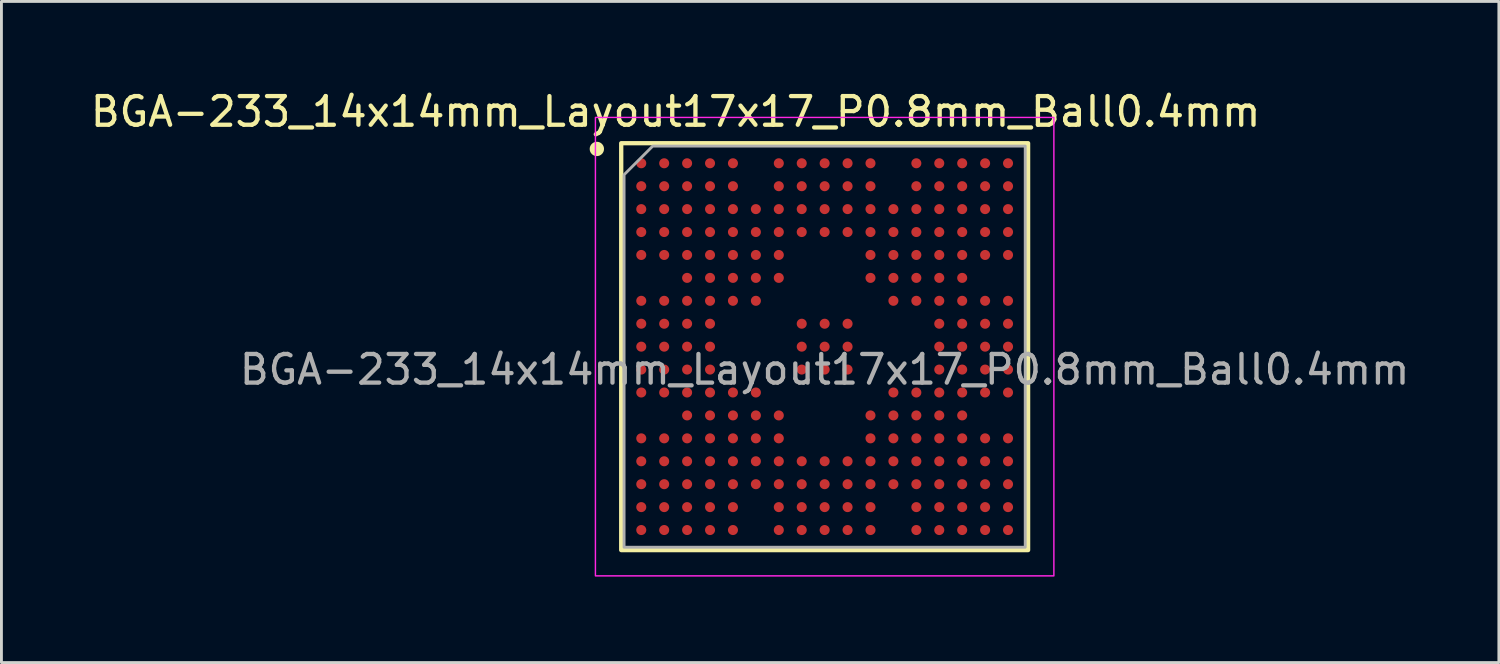
<source format=kicad_pcb>
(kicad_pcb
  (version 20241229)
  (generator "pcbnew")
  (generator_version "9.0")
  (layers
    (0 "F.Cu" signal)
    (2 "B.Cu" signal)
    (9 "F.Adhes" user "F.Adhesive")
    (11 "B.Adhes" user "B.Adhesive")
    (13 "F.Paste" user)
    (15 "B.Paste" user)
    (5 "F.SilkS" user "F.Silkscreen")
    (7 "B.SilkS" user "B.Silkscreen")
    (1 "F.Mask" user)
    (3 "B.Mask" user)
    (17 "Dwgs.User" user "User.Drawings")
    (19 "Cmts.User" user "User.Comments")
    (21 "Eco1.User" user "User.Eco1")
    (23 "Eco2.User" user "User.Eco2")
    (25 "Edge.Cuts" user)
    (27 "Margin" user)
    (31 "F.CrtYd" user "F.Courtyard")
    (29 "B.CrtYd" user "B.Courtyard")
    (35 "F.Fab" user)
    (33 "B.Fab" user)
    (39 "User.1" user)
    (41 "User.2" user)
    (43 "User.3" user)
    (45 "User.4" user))
  (footprint "BGA-233_14x14mm_Layout17x17_P0.8mm_Ball0.4mm"
    (layer "F.Cu")
    (at 25.73 9.048)
    (property "Reference" "BGA-233_14x14mm_Layout17x17_P0.8mm_Ball0.4mm" (at -5.2 -8.2 0) (unlocked yes) (layer "F.SilkS") (effects (font (size 1 1) (thickness 0.15))))
    (attr smd)
    (fp_rect (start 7.1 -7.1) (end -7.1 7.1) (stroke (width 0.15) (type default)) (fill no) (layer "F.SilkS"))
    (fp_circle (center -7.95 -6.9) (end -7.7 -6.9) (stroke (width 0) (type solid)) (fill yes) (layer "F.SilkS"))
    (fp_rect (start -8 -8) (end 8 8) (stroke (width 0.05) (type default)) (fill no) (layer "F.CrtYd"))
    (fp_poly (pts (xy -7 -6) (xy -6 -7) (xy 7 -7) (xy 7 7) (xy -7 7)) (stroke (width 0.1) (type solid)) (fill no) (layer "F.Fab"))
    (fp_text user "${REFERENCE}" (at 0 0.8 0) (unlocked yes) (layer "F.Fab") (effects (font (size 1 1) (thickness 0.15))))
    (pad "A1" smd circle (at -6.4 -6.4) (size 0.35 0.35) (property pad_prop_bga) (layers "F.Cu" "F.Mask" "F.Paste"))
    (pad "A2" smd circle (at -5.6 -6.4) (size 0.35 0.35) (property pad_prop_bga) (layers "F.Cu" "F.Mask" "F.Paste"))
    (pad "A3" smd circle (at -4.8 -6.4) (size 0.35 0.35) (property pad_prop_bga) (layers "F.Cu" "F.Mask" "F.Paste"))
    (pad "A4" smd circle (at -4 -6.4) (size 0.35 0.35) (property pad_prop_bga) (layers "F.Cu" "F.Mask" "F.Paste"))
    (pad "A5" smd circle (at -3.2 -6.4) (size 0.35 0.35) (property pad_prop_bga) (layers "F.Cu" "F.Mask" "F.Paste"))
    (pad "A7" smd circle (at -1.6 -6.4) (size 0.35 0.35) (property pad_prop_bga) (layers "F.Cu" "F.Mask" "F.Paste"))
    (pad "A8" smd circle (at -0.8 -6.4) (size 0.35 0.35) (property pad_prop_bga) (layers "F.Cu" "F.Mask" "F.Paste"))
    (pad "A9" smd circle (at 0 -6.4) (size 0.35 0.35) (property pad_prop_bga) (layers "F.Cu" "F.Mask" "F.Paste"))
    (pad "A10" smd circle (at 0.8 -6.4) (size 0.35 0.35) (property pad_prop_bga) (layers "F.Cu" "F.Mask" "F.Paste"))
    (pad "A11" smd circle (at 1.6 -6.4) (size 0.35 0.35) (property pad_prop_bga) (layers "F.Cu" "F.Mask" "F.Paste"))
    (pad "A13" smd circle (at 3.2 -6.4) (size 0.35 0.35) (property pad_prop_bga) (layers "F.Cu" "F.Mask" "F.Paste"))
    (pad "A14" smd circle (at 4 -6.4) (size 0.35 0.35) (property pad_prop_bga) (layers "F.Cu" "F.Mask" "F.Paste"))
    (pad "A15" smd circle (at 4.8 -6.4) (size 0.35 0.35) (property pad_prop_bga) (layers "F.Cu" "F.Mask" "F.Paste"))
    (pad "A16" smd circle (at 5.6 -6.4) (size 0.35 0.35) (property pad_prop_bga) (layers "F.Cu" "F.Mask" "F.Paste"))
    (pad "A17" smd circle (at 6.4 -6.4) (size 0.35 0.35) (property pad_prop_bga) (layers "F.Cu" "F.Mask" "F.Paste"))
    (pad "B1" smd circle (at -6.4 -5.6) (size 0.35 0.35) (property pad_prop_bga) (layers "F.Cu" "F.Mask" "F.Paste"))
    (pad "B2" smd circle (at -5.6 -5.6) (size 0.35 0.35) (property pad_prop_bga) (layers "F.Cu" "F.Mask" "F.Paste"))
    (pad "B3" smd circle (at -4.8 -5.6) (size 0.35 0.35) (property pad_prop_bga) (layers "F.Cu" "F.Mask" "F.Paste"))
    (pad "B4" smd circle (at -4 -5.6) (size 0.35 0.35) (property pad_prop_bga) (layers "F.Cu" "F.Mask" "F.Paste"))
    (pad "B5" smd circle (at -3.2 -5.6) (size 0.35 0.35) (property pad_prop_bga) (layers "F.Cu" "F.Mask" "F.Paste"))
    (pad "B7" smd circle (at -1.6 -5.6) (size 0.35 0.35) (property pad_prop_bga) (layers "F.Cu" "F.Mask" "F.Paste"))
    (pad "B8" smd circle (at -0.8 -5.6) (size 0.35 0.35) (property pad_prop_bga) (layers "F.Cu" "F.Mask" "F.Paste"))
    (pad "B9" smd circle (at 0 -5.6) (size 0.35 0.35) (property pad_prop_bga) (layers "F.Cu" "F.Mask" "F.Paste"))
    (pad "B10" smd circle (at 0.8 -5.6) (size 0.35 0.35) (property pad_prop_bga) (layers "F.Cu" "F.Mask" "F.Paste"))
    (pad "B11" smd circle (at 1.6 -5.6) (size 0.35 0.35) (property pad_prop_bga) (layers "F.Cu" "F.Mask" "F.Paste"))
    (pad "B13" smd circle (at 3.2 -5.6) (size 0.35 0.35) (property pad_prop_bga) (layers "F.Cu" "F.Mask" "F.Paste"))
    (pad "B14" smd circle (at 4 -5.6) (size 0.35 0.35) (property pad_prop_bga) (layers "F.Cu" "F.Mask" "F.Paste"))
    (pad "B15" smd circle (at 4.8 -5.6) (size 0.35 0.35) (property pad_prop_bga) (layers "F.Cu" "F.Mask" "F.Paste"))
    (pad "B16" smd circle (at 5.6 -5.6) (size 0.35 0.35) (property pad_prop_bga) (layers "F.Cu" "F.Mask" "F.Paste"))
    (pad "B17" smd circle (at 6.4 -5.6) (size 0.35 0.35) (property pad_prop_bga) (layers "F.Cu" "F.Mask" "F.Paste"))
    (pad "C1" smd circle (at -6.4 -4.8) (size 0.35 0.35) (property pad_prop_bga) (layers "F.Cu" "F.Mask" "F.Paste"))
    (pad "C2" smd circle (at -5.6 -4.8) (size 0.35 0.35) (property pad_prop_bga) (layers "F.Cu" "F.Mask" "F.Paste"))
    (pad "C3" smd circle (at -4.8 -4.8) (size 0.35 0.35) (property pad_prop_bga) (layers "F.Cu" "F.Mask" "F.Paste"))
    (pad "C4" smd circle (at -4 -4.8) (size 0.35 0.35) (property pad_prop_bga) (layers "F.Cu" "F.Mask" "F.Paste"))
    (pad "C5" smd circle (at -3.2 -4.8) (size 0.35 0.35) (property pad_prop_bga) (layers "F.Cu" "F.Mask" "F.Paste"))
    (pad "C6" smd circle (at -2.4 -4.8) (size 0.35 0.35) (property pad_prop_bga) (layers "F.Cu" "F.Mask" "F.Paste"))
    (pad "C7" smd circle (at -1.6 -4.8) (size 0.35 0.35) (property pad_prop_bga) (layers "F.Cu" "F.Mask" "F.Paste"))
    (pad "C8" smd circle (at -0.8 -4.8) (size 0.35 0.35) (property pad_prop_bga) (layers "F.Cu" "F.Mask" "F.Paste"))
    (pad "C9" smd circle (at 0 -4.8) (size 0.35 0.35) (property pad_prop_bga) (layers "F.Cu" "F.Mask" "F.Paste"))
    (pad "C10" smd circle (at 0.8 -4.8) (size 0.35 0.35) (property pad_prop_bga) (layers "F.Cu" "F.Mask" "F.Paste"))
    (pad "C11" smd circle (at 1.6 -4.8) (size 0.35 0.35) (property pad_prop_bga) (layers "F.Cu" "F.Mask" "F.Paste"))
    (pad "C12" smd circle (at 2.4 -4.8) (size 0.35 0.35) (property pad_prop_bga) (layers "F.Cu" "F.Mask" "F.Paste"))
    (pad "C13" smd circle (at 3.2 -4.8) (size 0.35 0.35) (property pad_prop_bga) (layers "F.Cu" "F.Mask" "F.Paste"))
    (pad "C14" smd circle (at 4 -4.8) (size 0.35 0.35) (property pad_prop_bga) (layers "F.Cu" "F.Mask" "F.Paste"))
    (pad "C15" smd circle (at 4.8 -4.8) (size 0.35 0.35) (property pad_prop_bga) (layers "F.Cu" "F.Mask" "F.Paste"))
    (pad "C16" smd circle (at 5.6 -4.8) (size 0.35 0.35) (property pad_prop_bga) (layers "F.Cu" "F.Mask" "F.Paste"))
    (pad "C17" smd circle (at 6.4 -4.8) (size 0.35 0.35) (property pad_prop_bga) (layers "F.Cu" "F.Mask" "F.Paste"))
    (pad "D1" smd circle (at -6.4 -4) (size 0.35 0.35) (property pad_prop_bga) (layers "F.Cu" "F.Mask" "F.Paste"))
    (pad "D2" smd circle (at -5.6 -4) (size 0.35 0.35) (property pad_prop_bga) (layers "F.Cu" "F.Mask" "F.Paste"))
    (pad "D3" smd circle (at -4.8 -4) (size 0.35 0.35) (property pad_prop_bga) (layers "F.Cu" "F.Mask" "F.Paste"))
    (pad "D4" smd circle (at -4 -4) (size 0.35 0.35) (property pad_prop_bga) (layers "F.Cu" "F.Mask" "F.Paste"))
    (pad "D5" smd circle (at -3.2 -4) (size 0.35 0.35) (property pad_prop_bga) (layers "F.Cu" "F.Mask" "F.Paste"))
    (pad "D6" smd circle (at -2.4 -4) (size 0.35 0.35) (property pad_prop_bga) (layers "F.Cu" "F.Mask" "F.Paste"))
    (pad "D7" smd circle (at -1.6 -4) (size 0.35 0.35) (property pad_prop_bga) (layers "F.Cu" "F.Mask" "F.Paste"))
    (pad "D8" smd circle (at -0.8 -4) (size 0.35 0.35) (property pad_prop_bga) (layers "F.Cu" "F.Mask" "F.Paste"))
    (pad "D9" smd circle (at 0 -4) (size 0.35 0.35) (property pad_prop_bga) (layers "F.Cu" "F.Mask" "F.Paste"))
    (pad "D10" smd circle (at 0.8 -4) (size 0.35 0.35) (property pad_prop_bga) (layers "F.Cu" "F.Mask" "F.Paste"))
    (pad "D11" smd circle (at 1.6 -4) (size 0.35 0.35) (property pad_prop_bga) (layers "F.Cu" "F.Mask" "F.Paste"))
    (pad "D12" smd circle (at 2.4 -4) (size 0.35 0.35) (property pad_prop_bga) (layers "F.Cu" "F.Mask" "F.Paste"))
    (pad "D13" smd circle (at 3.2 -4) (size 0.35 0.35) (property pad_prop_bga) (layers "F.Cu" "F.Mask" "F.Paste"))
    (pad "D14" smd circle (at 4 -4) (size 0.35 0.35) (property pad_prop_bga) (layers "F.Cu" "F.Mask" "F.Paste"))
    (pad "D15" smd circle (at 4.8 -4) (size 0.35 0.35) (property pad_prop_bga) (layers "F.Cu" "F.Mask" "F.Paste"))
    (pad "D16" smd circle (at 5.6 -4) (size 0.35 0.35) (property pad_prop_bga) (layers "F.Cu" "F.Mask" "F.Paste"))
    (pad "D17" smd circle (at 6.4 -4) (size 0.35 0.35) (property pad_prop_bga) (layers "F.Cu" "F.Mask" "F.Paste"))
    (pad "E1" smd circle (at -6.4 -3.2) (size 0.35 0.35) (property pad_prop_bga) (layers "F.Cu" "F.Mask" "F.Paste"))
    (pad "E2" smd circle (at -5.6 -3.2) (size 0.35 0.35) (property pad_prop_bga) (layers "F.Cu" "F.Mask" "F.Paste"))
    (pad "E3" smd circle (at -4.8 -3.2) (size 0.35 0.35) (property pad_prop_bga) (layers "F.Cu" "F.Mask" "F.Paste"))
    (pad "E4" smd circle (at -4 -3.2) (size 0.35 0.35) (property pad_prop_bga) (layers "F.Cu" "F.Mask" "F.Paste"))
    (pad "E5" smd circle (at -3.2 -3.2) (size 0.35 0.35) (property pad_prop_bga) (layers "F.Cu" "F.Mask" "F.Paste"))
    (pad "E6" smd circle (at -2.4 -3.2) (size 0.35 0.35) (property pad_prop_bga) (layers "F.Cu" "F.Mask" "F.Paste"))
    (pad "E7" smd circle (at -1.6 -3.2) (size 0.35 0.35) (property pad_prop_bga) (layers "F.Cu" "F.Mask" "F.Paste"))
    (pad "E11" smd circle (at 1.6 -3.2) (size 0.35 0.35) (property pad_prop_bga) (layers "F.Cu" "F.Mask" "F.Paste"))
    (pad "E12" smd circle (at 2.4 -3.2) (size 0.35 0.35) (property pad_prop_bga) (layers "F.Cu" "F.Mask" "F.Paste"))
    (pad "E13" smd circle (at 3.2 -3.2) (size 0.35 0.35) (property pad_prop_bga) (layers "F.Cu" "F.Mask" "F.Paste"))
    (pad "E14" smd circle (at 4 -3.2) (size 0.35 0.35) (property pad_prop_bga) (layers "F.Cu" "F.Mask" "F.Paste"))
    (pad "E15" smd circle (at 4.8 -3.2) (size 0.35 0.35) (property pad_prop_bga) (layers "F.Cu" "F.Mask" "F.Paste"))
    (pad "E16" smd circle (at 5.6 -3.2) (size 0.35 0.35) (property pad_prop_bga) (layers "F.Cu" "F.Mask" "F.Paste"))
    (pad "E17" smd circle (at 6.4 -3.2) (size 0.35 0.35) (property pad_prop_bga) (layers "F.Cu" "F.Mask" "F.Paste"))
    (pad "F3" smd circle (at -4.8 -2.4) (size 0.35 0.35) (property pad_prop_bga) (layers "F.Cu" "F.Mask" "F.Paste"))
    (pad "F4" smd circle (at -4 -2.4) (size 0.35 0.35) (property pad_prop_bga) (layers "F.Cu" "F.Mask" "F.Paste"))
    (pad "F5" smd circle (at -3.2 -2.4) (size 0.35 0.35) (property pad_prop_bga) (layers "F.Cu" "F.Mask" "F.Paste"))
    (pad "F6" smd circle (at -2.4 -2.4) (size 0.35 0.35) (property pad_prop_bga) (layers "F.Cu" "F.Mask" "F.Paste"))
    (pad "F7" smd circle (at -1.6 -2.4) (size 0.35 0.35) (property pad_prop_bga) (layers "F.Cu" "F.Mask" "F.Paste"))
    (pad "F11" smd circle (at 1.6 -2.4) (size 0.35 0.35) (property pad_prop_bga) (layers "F.Cu" "F.Mask" "F.Paste"))
    (pad "F12" smd circle (at 2.4 -2.4) (size 0.35 0.35) (property pad_prop_bga) (layers "F.Cu" "F.Mask" "F.Paste"))
    (pad "F13" smd circle (at 3.2 -2.4) (size 0.35 0.35) (property pad_prop_bga) (layers "F.Cu" "F.Mask" "F.Paste"))
    (pad "F14" smd circle (at 4 -2.4) (size 0.35 0.35) (property pad_prop_bga) (layers "F.Cu" "F.Mask" "F.Paste"))
    (pad "F15" smd circle (at 4.8 -2.4) (size 0.35 0.35) (property pad_prop_bga) (layers "F.Cu" "F.Mask" "F.Paste"))
    (pad "G1" smd circle (at -6.4 -1.6) (size 0.35 0.35) (property pad_prop_bga) (layers "F.Cu" "F.Mask" "F.Paste"))
    (pad "G2" smd circle (at -5.6 -1.6) (size 0.35 0.35) (property pad_prop_bga) (layers "F.Cu" "F.Mask" "F.Paste"))
    (pad "G3" smd circle (at -4.8 -1.6) (size 0.35 0.35) (property pad_prop_bga) (layers "F.Cu" "F.Mask" "F.Paste"))
    (pad "G4" smd circle (at -4 -1.6) (size 0.35 0.35) (property pad_prop_bga) (layers "F.Cu" "F.Mask" "F.Paste"))
    (pad "G5" smd circle (at -3.2 -1.6) (size 0.35 0.35) (property pad_prop_bga) (layers "F.Cu" "F.Mask" "F.Paste"))
    (pad "G6" smd circle (at -2.4 -1.6) (size 0.35 0.35) (property pad_prop_bga) (layers "F.Cu" "F.Mask" "F.Paste"))
    (pad "G12" smd circle (at 2.4 -1.6) (size 0.35 0.35) (property pad_prop_bga) (layers "F.Cu" "F.Mask" "F.Paste"))
    (pad "G13" smd circle (at 3.2 -1.6) (size 0.35 0.35) (property pad_prop_bga) (layers "F.Cu" "F.Mask" "F.Paste"))
    (pad "G14" smd circle (at 4 -1.6) (size 0.35 0.35) (property pad_prop_bga) (layers "F.Cu" "F.Mask" "F.Paste"))
    (pad "G15" smd circle (at 4.8 -1.6) (size 0.35 0.35) (property pad_prop_bga) (layers "F.Cu" "F.Mask" "F.Paste"))
    (pad "G16" smd circle (at 5.6 -1.6) (size 0.35 0.35) (property pad_prop_bga) (layers "F.Cu" "F.Mask" "F.Paste"))
    (pad "G17" smd circle (at 6.4 -1.6) (size 0.35 0.35) (property pad_prop_bga) (layers "F.Cu" "F.Mask" "F.Paste"))
    (pad "H1" smd circle (at -6.4 -0.8) (size 0.35 0.35) (property pad_prop_bga) (layers "F.Cu" "F.Mask" "F.Paste"))
    (pad "H2" smd circle (at -5.6 -0.8) (size 0.35 0.35) (property pad_prop_bga) (layers "F.Cu" "F.Mask" "F.Paste"))
    (pad "H3" smd circle (at -4.8 -0.8) (size 0.35 0.35) (property pad_prop_bga) (layers "F.Cu" "F.Mask" "F.Paste"))
    (pad "H4" smd circle (at -4 -0.8) (size 0.35 0.35) (property pad_prop_bga) (layers "F.Cu" "F.Mask" "F.Paste"))
    (pad "H8" smd circle (at -0.8 -0.8) (size 0.35 0.35) (property pad_prop_bga) (layers "F.Cu" "F.Mask" "F.Paste"))
    (pad "H9" smd circle (at 0 -0.8) (size 0.35 0.35) (property pad_prop_bga) (layers "F.Cu" "F.Mask" "F.Paste"))
    (pad "H10" smd circle (at 0.8 -0.8) (size 0.35 0.35) (property pad_prop_bga) (layers "F.Cu" "F.Mask" "F.Paste"))
    (pad "H14" smd circle (at 4 -0.8) (size 0.35 0.35) (property pad_prop_bga) (layers "F.Cu" "F.Mask" "F.Paste"))
    (pad "H15" smd circle (at 4.8 -0.8) (size 0.35 0.35) (property pad_prop_bga) (layers "F.Cu" "F.Mask" "F.Paste"))
    (pad "H16" smd circle (at 5.6 -0.8) (size 0.35 0.35) (property pad_prop_bga) (layers "F.Cu" "F.Mask" "F.Paste"))
    (pad "H17" smd circle (at 6.4 -0.8) (size 0.35 0.35) (property pad_prop_bga) (layers "F.Cu" "F.Mask" "F.Paste"))
    (pad "J1" smd circle (at -6.4 0) (size 0.35 0.35) (property pad_prop_bga) (layers "F.Cu" "F.Mask" "F.Paste"))
    (pad "J2" smd circle (at -5.6 0) (size 0.35 0.35) (property pad_prop_bga) (layers "F.Cu" "F.Mask" "F.Paste"))
    (pad "J3" smd circle (at -4.8 0) (size 0.35 0.35) (property pad_prop_bga) (layers "F.Cu" "F.Mask" "F.Paste"))
    (pad "J4" smd circle (at -4 0) (size 0.35 0.35) (property pad_prop_bga) (layers "F.Cu" "F.Mask" "F.Paste"))
    (pad "J8" smd circle (at -0.8 0) (size 0.35 0.35) (property pad_prop_bga) (layers "F.Cu" "F.Mask" "F.Paste"))
    (pad "J9" smd circle (at 0 0) (size 0.35 0.35) (property pad_prop_bga) (layers "F.Cu" "F.Mask" "F.Paste"))
    (pad "J10" smd circle (at 0.8 0) (size 0.35 0.35) (property pad_prop_bga) (layers "F.Cu" "F.Mask" "F.Paste"))
    (pad "J14" smd circle (at 4 0) (size 0.35 0.35) (property pad_prop_bga) (layers "F.Cu" "F.Mask" "F.Paste"))
    (pad "J15" smd circle (at 4.8 0) (size 0.35 0.35) (property pad_prop_bga) (layers "F.Cu" "F.Mask" "F.Paste"))
    (pad "J16" smd circle (at 5.6 0) (size 0.35 0.35) (property pad_prop_bga) (layers "F.Cu" "F.Mask" "F.Paste"))
    (pad "J17" smd circle (at 6.4 0) (size 0.35 0.35) (property pad_prop_bga) (layers "F.Cu" "F.Mask" "F.Paste"))
    (pad "K1" smd circle (at -6.4 0.8) (size 0.35 0.35) (property pad_prop_bga) (layers "F.Cu" "F.Mask" "F.Paste"))
    (pad "K2" smd circle (at -5.6 0.8) (size 0.35 0.35) (property pad_prop_bga) (layers "F.Cu" "F.Mask" "F.Paste"))
    (pad "K3" smd circle (at -4.8 0.8) (size 0.35 0.35) (property pad_prop_bga) (layers "F.Cu" "F.Mask" "F.Paste"))
    (pad "K4" smd circle (at -4 0.8) (size 0.35 0.35) (property pad_prop_bga) (layers "F.Cu" "F.Mask" "F.Paste"))
    (pad "K8" smd circle (at -0.8 0.8) (size 0.35 0.35) (property pad_prop_bga) (layers "F.Cu" "F.Mask" "F.Paste"))
    (pad "K9" smd circle (at 0 0.8) (size 0.35 0.35) (property pad_prop_bga) (layers "F.Cu" "F.Mask" "F.Paste"))
    (pad "K10" smd circle (at 0.8 0.8) (size 0.35 0.35) (property pad_prop_bga) (layers "F.Cu" "F.Mask" "F.Paste"))
    (pad "K14" smd circle (at 4 0.8) (size 0.35 0.35) (property pad_prop_bga) (layers "F.Cu" "F.Mask" "F.Paste"))
    (pad "K15" smd circle (at 4.8 0.8) (size 0.35 0.35) (property pad_prop_bga) (layers "F.Cu" "F.Mask" "F.Paste"))
    (pad "K16" smd circle (at 5.6 0.8) (size 0.35 0.35) (property pad_prop_bga) (layers "F.Cu" "F.Mask" "F.Paste"))
    (pad "K17" smd circle (at 6.4 0.8) (size 0.35 0.35) (property pad_prop_bga) (layers "F.Cu" "F.Mask" "F.Paste"))
    (pad "L1" smd circle (at -6.4 1.6) (size 0.35 0.35) (property pad_prop_bga) (layers "F.Cu" "F.Mask" "F.Paste"))
    (pad "L2" smd circle (at -5.6 1.6) (size 0.35 0.35) (property pad_prop_bga) (layers "F.Cu" "F.Mask" "F.Paste"))
    (pad "L3" smd circle (at -4.8 1.6) (size 0.35 0.35) (property pad_prop_bga) (layers "F.Cu" "F.Mask" "F.Paste"))
    (pad "L4" smd circle (at -4 1.6) (size 0.35 0.35) (property pad_prop_bga) (layers "F.Cu" "F.Mask" "F.Paste"))
    (pad "L5" smd circle (at -3.2 1.6) (size 0.35 0.35) (property pad_prop_bga) (layers "F.Cu" "F.Mask" "F.Paste"))
    (pad "L6" smd circle (at -2.4 1.6) (size 0.35 0.35) (property pad_prop_bga) (layers "F.Cu" "F.Mask" "F.Paste"))
    (pad "L12" smd circle (at 2.4 1.6) (size 0.35 0.35) (property pad_prop_bga) (layers "F.Cu" "F.Mask" "F.Paste"))
    (pad "L13" smd circle (at 3.2 1.6) (size 0.35 0.35) (property pad_prop_bga) (layers "F.Cu" "F.Mask" "F.Paste"))
    (pad "L14" smd circle (at 4 1.6) (size 0.35 0.35) (property pad_prop_bga) (layers "F.Cu" "F.Mask" "F.Paste"))
    (pad "L15" smd circle (at 4.8 1.6) (size 0.35 0.35) (property pad_prop_bga) (layers "F.Cu" "F.Mask" "F.Paste"))
    (pad "L16" smd circle (at 5.6 1.6) (size 0.35 0.35) (property pad_prop_bga) (layers "F.Cu" "F.Mask" "F.Paste"))
    (pad "L17" smd circle (at 6.4 1.6) (size 0.35 0.35) (property pad_prop_bga) (layers "F.Cu" "F.Mask" "F.Paste"))
    (pad "M3" smd circle (at -4.8 2.4) (size 0.35 0.35) (property pad_prop_bga) (layers "F.Cu" "F.Mask" "F.Paste"))
    (pad "M4" smd circle (at -4 2.4) (size 0.35 0.35) (property pad_prop_bga) (layers "F.Cu" "F.Mask" "F.Paste"))
    (pad "M5" smd circle (at -3.2 2.4) (size 0.35 0.35) (property pad_prop_bga) (layers "F.Cu" "F.Mask" "F.Paste"))
    (pad "M6" smd circle (at -2.4 2.4) (size 0.35 0.35) (property pad_prop_bga) (layers "F.Cu" "F.Mask" "F.Paste"))
    (pad "M7" smd circle (at -1.6 2.4) (size 0.35 0.35) (property pad_prop_bga) (layers "F.Cu" "F.Mask" "F.Paste"))
    (pad "M11" smd circle (at 1.6 2.4) (size 0.35 0.35) (property pad_prop_bga) (layers "F.Cu" "F.Mask" "F.Paste"))
    (pad "M12" smd circle (at 2.4 2.4) (size 0.35 0.35) (property pad_prop_bga) (layers "F.Cu" "F.Mask" "F.Paste"))
    (pad "M13" smd circle (at 3.2 2.4) (size 0.35 0.35) (property pad_prop_bga) (layers "F.Cu" "F.Mask" "F.Paste"))
    (pad "M14" smd circle (at 4 2.4) (size 0.35 0.35) (property pad_prop_bga) (layers "F.Cu" "F.Mask" "F.Paste"))
    (pad "M15" smd circle (at 4.8 2.4) (size 0.35 0.35) (property pad_prop_bga) (layers "F.Cu" "F.Mask" "F.Paste"))
    (pad "N1" smd circle (at -6.4 3.2) (size 0.35 0.35) (property pad_prop_bga) (layers "F.Cu" "F.Mask" "F.Paste"))
    (pad "N2" smd circle (at -5.6 3.2) (size 0.35 0.35) (property pad_prop_bga) (layers "F.Cu" "F.Mask" "F.Paste"))
    (pad "N3" smd circle (at -4.8 3.2) (size 0.35 0.35) (property pad_prop_bga) (layers "F.Cu" "F.Mask" "F.Paste"))
    (pad "N4" smd circle (at -4 3.2) (size 0.35 0.35) (property pad_prop_bga) (layers "F.Cu" "F.Mask" "F.Paste"))
    (pad "N5" smd circle (at -3.2 3.2) (size 0.35 0.35) (property pad_prop_bga) (layers "F.Cu" "F.Mask" "F.Paste"))
    (pad "N6" smd circle (at -2.4 3.2) (size 0.35 0.35) (property pad_prop_bga) (layers "F.Cu" "F.Mask" "F.Paste"))
    (pad "N7" smd circle (at -1.6 3.2) (size 0.35 0.35) (property pad_prop_bga) (layers "F.Cu" "F.Mask" "F.Paste"))
    (pad "N11" smd circle (at 1.6 3.2) (size 0.35 0.35) (property pad_prop_bga) (layers "F.Cu" "F.Mask" "F.Paste"))
    (pad "N12" smd circle (at 2.4 3.2) (size 0.35 0.35) (property pad_prop_bga) (layers "F.Cu" "F.Mask" "F.Paste"))
    (pad "N13" smd circle (at 3.2 3.2) (size 0.35 0.35) (property pad_prop_bga) (layers "F.Cu" "F.Mask" "F.Paste"))
    (pad "N14" smd circle (at 4 3.2) (size 0.35 0.35) (property pad_prop_bga) (layers "F.Cu" "F.Mask" "F.Paste"))
    (pad "N15" smd circle (at 4.8 3.2) (size 0.35 0.35) (property pad_prop_bga) (layers "F.Cu" "F.Mask" "F.Paste"))
    (pad "N16" smd circle (at 5.6 3.2) (size 0.35 0.35) (property pad_prop_bga) (layers "F.Cu" "F.Mask" "F.Paste"))
    (pad "N17" smd circle (at 6.4 3.2) (size 0.35 0.35) (property pad_prop_bga) (layers "F.Cu" "F.Mask" "F.Paste"))
    (pad "P1" smd circle (at -6.4 4) (size 0.35 0.35) (property pad_prop_bga) (layers "F.Cu" "F.Mask" "F.Paste"))
    (pad "P2" smd circle (at -5.6 4) (size 0.35 0.35) (property pad_prop_bga) (layers "F.Cu" "F.Mask" "F.Paste"))
    (pad "P3" smd circle (at -4.8 4) (size 0.35 0.35) (property pad_prop_bga) (layers "F.Cu" "F.Mask" "F.Paste"))
    (pad "P4" smd circle (at -4 4) (size 0.35 0.35) (property pad_prop_bga) (layers "F.Cu" "F.Mask" "F.Paste"))
    (pad "P5" smd circle (at -3.2 4) (size 0.35 0.35) (property pad_prop_bga) (layers "F.Cu" "F.Mask" "F.Paste"))
    (pad "P6" smd circle (at -2.4 4) (size 0.35 0.35) (property pad_prop_bga) (layers "F.Cu" "F.Mask" "F.Paste"))
    (pad "P7" smd circle (at -1.6 4) (size 0.35 0.35) (property pad_prop_bga) (layers "F.Cu" "F.Mask" "F.Paste"))
    (pad "P8" smd circle (at -0.8 4) (size 0.35 0.35) (property pad_prop_bga) (layers "F.Cu" "F.Mask" "F.Paste"))
    (pad "P9" smd circle (at 0 4) (size 0.35 0.35) (property pad_prop_bga) (layers "F.Cu" "F.Mask" "F.Paste"))
    (pad "P10" smd circle (at 0.8 4) (size 0.35 0.35) (property pad_prop_bga) (layers "F.Cu" "F.Mask" "F.Paste"))
    (pad "P11" smd circle (at 1.6 4) (size 0.35 0.35) (property pad_prop_bga) (layers "F.Cu" "F.Mask" "F.Paste"))
    (pad "P12" smd circle (at 2.4 4) (size 0.35 0.35) (property pad_prop_bga) (layers "F.Cu" "F.Mask" "F.Paste"))
    (pad "P13" smd circle (at 3.2 4) (size 0.35 0.35) (property pad_prop_bga) (layers "F.Cu" "F.Mask" "F.Paste"))
    (pad "P14" smd circle (at 4 4) (size 0.35 0.35) (property pad_prop_bga) (layers "F.Cu" "F.Mask" "F.Paste"))
    (pad "P15" smd circle (at 4.8 4) (size 0.35 0.35) (property pad_prop_bga) (layers "F.Cu" "F.Mask" "F.Paste"))
    (pad "P16" smd circle (at 5.6 4) (size 0.35 0.35) (property pad_prop_bga) (layers "F.Cu" "F.Mask" "F.Paste"))
    (pad "P17" smd circle (at 6.4 4) (size 0.35 0.35) (property pad_prop_bga) (layers "F.Cu" "F.Mask" "F.Paste"))
    (pad "R1" smd circle (at -6.4 4.8) (size 0.35 0.35) (property pad_prop_bga) (layers "F.Cu" "F.Mask" "F.Paste"))
    (pad "R2" smd circle (at -5.6 4.8) (size 0.35 0.35) (property pad_prop_bga) (layers "F.Cu" "F.Mask" "F.Paste"))
    (pad "R3" smd circle (at -4.8 4.8) (size 0.35 0.35) (property pad_prop_bga) (layers "F.Cu" "F.Mask" "F.Paste"))
    (pad "R4" smd circle (at -4 4.8) (size 0.35 0.35) (property pad_prop_bga) (layers "F.Cu" "F.Mask" "F.Paste"))
    (pad "R5" smd circle (at -3.2 4.8) (size 0.35 0.35) (property pad_prop_bga) (layers "F.Cu" "F.Mask" "F.Paste"))
    (pad "R6" smd circle (at -2.4 4.8) (size 0.35 0.35) (property pad_prop_bga) (layers "F.Cu" "F.Mask" "F.Paste"))
    (pad "R7" smd circle (at -1.6 4.8) (size 0.35 0.35) (property pad_prop_bga) (layers "F.Cu" "F.Mask" "F.Paste"))
    (pad "R8" smd circle (at -0.8 4.8) (size 0.35 0.35) (property pad_prop_bga) (layers "F.Cu" "F.Mask" "F.Paste"))
    (pad "R9" smd circle (at 0 4.8) (size 0.35 0.35) (property pad_prop_bga) (layers "F.Cu" "F.Mask" "F.Paste"))
    (pad "R10" smd circle (at 0.8 4.8) (size 0.35 0.35) (property pad_prop_bga) (layers "F.Cu" "F.Mask" "F.Paste"))
    (pad "R11" smd circle (at 1.6 4.8) (size 0.35 0.35) (property pad_prop_bga) (layers "F.Cu" "F.Mask" "F.Paste"))
    (pad "R12" smd circle (at 2.4 4.8) (size 0.35 0.35) (property pad_prop_bga) (layers "F.Cu" "F.Mask" "F.Paste"))
    (pad "R13" smd circle (at 3.2 4.8) (size 0.35 0.35) (property pad_prop_bga) (layers "F.Cu" "F.Mask" "F.Paste"))
    (pad "R14" smd circle (at 4 4.8) (size 0.35 0.35) (property pad_prop_bga) (layers "F.Cu" "F.Mask" "F.Paste"))
    (pad "R15" smd circle (at 4.8 4.8) (size 0.35 0.35) (property pad_prop_bga) (layers "F.Cu" "F.Mask" "F.Paste"))
    (pad "R16" smd circle (at 5.6 4.8) (size 0.35 0.35) (property pad_prop_bga) (layers "F.Cu" "F.Mask" "F.Paste"))
    (pad "R17" smd circle (at 6.4 4.8) (size 0.35 0.35) (property pad_prop_bga) (layers "F.Cu" "F.Mask" "F.Paste"))
    (pad "T1" smd circle (at -6.4 5.6) (size 0.35 0.35) (property pad_prop_bga) (layers "F.Cu" "F.Mask" "F.Paste"))
    (pad "T2" smd circle (at -5.6 5.6) (size 0.35 0.35) (property pad_prop_bga) (layers "F.Cu" "F.Mask" "F.Paste"))
    (pad "T3" smd circle (at -4.8 5.6) (size 0.35 0.35) (property pad_prop_bga) (layers "F.Cu" "F.Mask" "F.Paste"))
    (pad "T4" smd circle (at -4 5.6) (size 0.35 0.35) (property pad_prop_bga) (layers "F.Cu" "F.Mask" "F.Paste"))
    (pad "T5" smd circle (at -3.2 5.6) (size 0.35 0.35) (property pad_prop_bga) (layers "F.Cu" "F.Mask" "F.Paste"))
    (pad "T7" smd circle (at -1.6 5.6) (size 0.35 0.35) (property pad_prop_bga) (layers "F.Cu" "F.Mask" "F.Paste"))
    (pad "T8" smd circle (at -0.8 5.6) (size 0.35 0.35) (property pad_prop_bga) (layers "F.Cu" "F.Mask" "F.Paste"))
    (pad "T9" smd circle (at 0 5.6) (size 0.35 0.35) (property pad_prop_bga) (layers "F.Cu" "F.Mask" "F.Paste"))
    (pad "T10" smd circle (at 0.8 5.6) (size 0.35 0.35) (property pad_prop_bga) (layers "F.Cu" "F.Mask" "F.Paste"))
    (pad "T11" smd circle (at 1.6 5.6) (size 0.35 0.35) (property pad_prop_bga) (layers "F.Cu" "F.Mask" "F.Paste"))
    (pad "T13" smd circle (at 3.2 5.6) (size 0.35 0.35) (property pad_prop_bga) (layers "F.Cu" "F.Mask" "F.Paste"))
    (pad "T14" smd circle (at 4 5.6) (size 0.35 0.35) (property pad_prop_bga) (layers "F.Cu" "F.Mask" "F.Paste"))
    (pad "T15" smd circle (at 4.8 5.6) (size 0.35 0.35) (property pad_prop_bga) (layers "F.Cu" "F.Mask" "F.Paste"))
    (pad "T16" smd circle (at 5.6 5.6) (size 0.35 0.35) (property pad_prop_bga) (layers "F.Cu" "F.Mask" "F.Paste"))
    (pad "T17" smd circle (at 6.4 5.6) (size 0.35 0.35) (property pad_prop_bga) (layers "F.Cu" "F.Mask" "F.Paste"))
    (pad "U1" smd circle (at -6.4 6.4) (size 0.35 0.35) (property pad_prop_bga) (layers "F.Cu" "F.Mask" "F.Paste"))
    (pad "U2" smd circle (at -5.6 6.4) (size 0.35 0.35) (property pad_prop_bga) (layers "F.Cu" "F.Mask" "F.Paste"))
    (pad "U3" smd circle (at -4.8 6.4) (size 0.35 0.35) (property pad_prop_bga) (layers "F.Cu" "F.Mask" "F.Paste"))
    (pad "U4" smd circle (at -4 6.4) (size 0.35 0.35) (property pad_prop_bga) (layers "F.Cu" "F.Mask" "F.Paste"))
    (pad "U5" smd circle (at -3.2 6.4) (size 0.35 0.35) (property pad_prop_bga) (layers "F.Cu" "F.Mask" "F.Paste"))
    (pad "U7" smd circle (at -1.6 6.4) (size 0.35 0.35) (property pad_prop_bga) (layers "F.Cu" "F.Mask" "F.Paste"))
    (pad "U8" smd circle (at -0.8 6.4) (size 0.35 0.35) (property pad_prop_bga) (layers "F.Cu" "F.Mask" "F.Paste"))
    (pad "U9" smd circle (at 0 6.4) (size 0.35 0.35) (property pad_prop_bga) (layers "F.Cu" "F.Mask" "F.Paste"))
    (pad "U10" smd circle (at 0.8 6.4) (size 0.35 0.35) (property pad_prop_bga) (layers "F.Cu" "F.Mask" "F.Paste"))
    (pad "U11" smd circle (at 1.6 6.4) (size 0.35 0.35) (property pad_prop_bga) (layers "F.Cu" "F.Mask" "F.Paste"))
    (pad "U13" smd circle (at 3.2 6.4) (size 0.35 0.35) (property pad_prop_bga) (layers "F.Cu" "F.Mask" "F.Paste"))
    (pad "U14" smd circle (at 4 6.4) (size 0.35 0.35) (property pad_prop_bga) (layers "F.Cu" "F.Mask" "F.Paste"))
    (pad "U15" smd circle (at 4.8 6.4) (size 0.35 0.35) (property pad_prop_bga) (layers "F.Cu" "F.Mask" "F.Paste"))
    (pad "U16" smd circle (at 5.6 6.4) (size 0.35 0.35) (property pad_prop_bga) (layers "F.Cu" "F.Mask" "F.Paste"))
    (pad "U17" smd circle (at 6.4 6.4) (size 0.35 0.35) (property pad_prop_bga) (layers "F.Cu" "F.Mask" "F.Paste")))
  (gr_rect
    (start -3 -3)
    (end 49.26 20.073)
    (stroke (width 0.1) (type default))
    (fill no)
    (layer "Edge.Cuts")))
</source>
